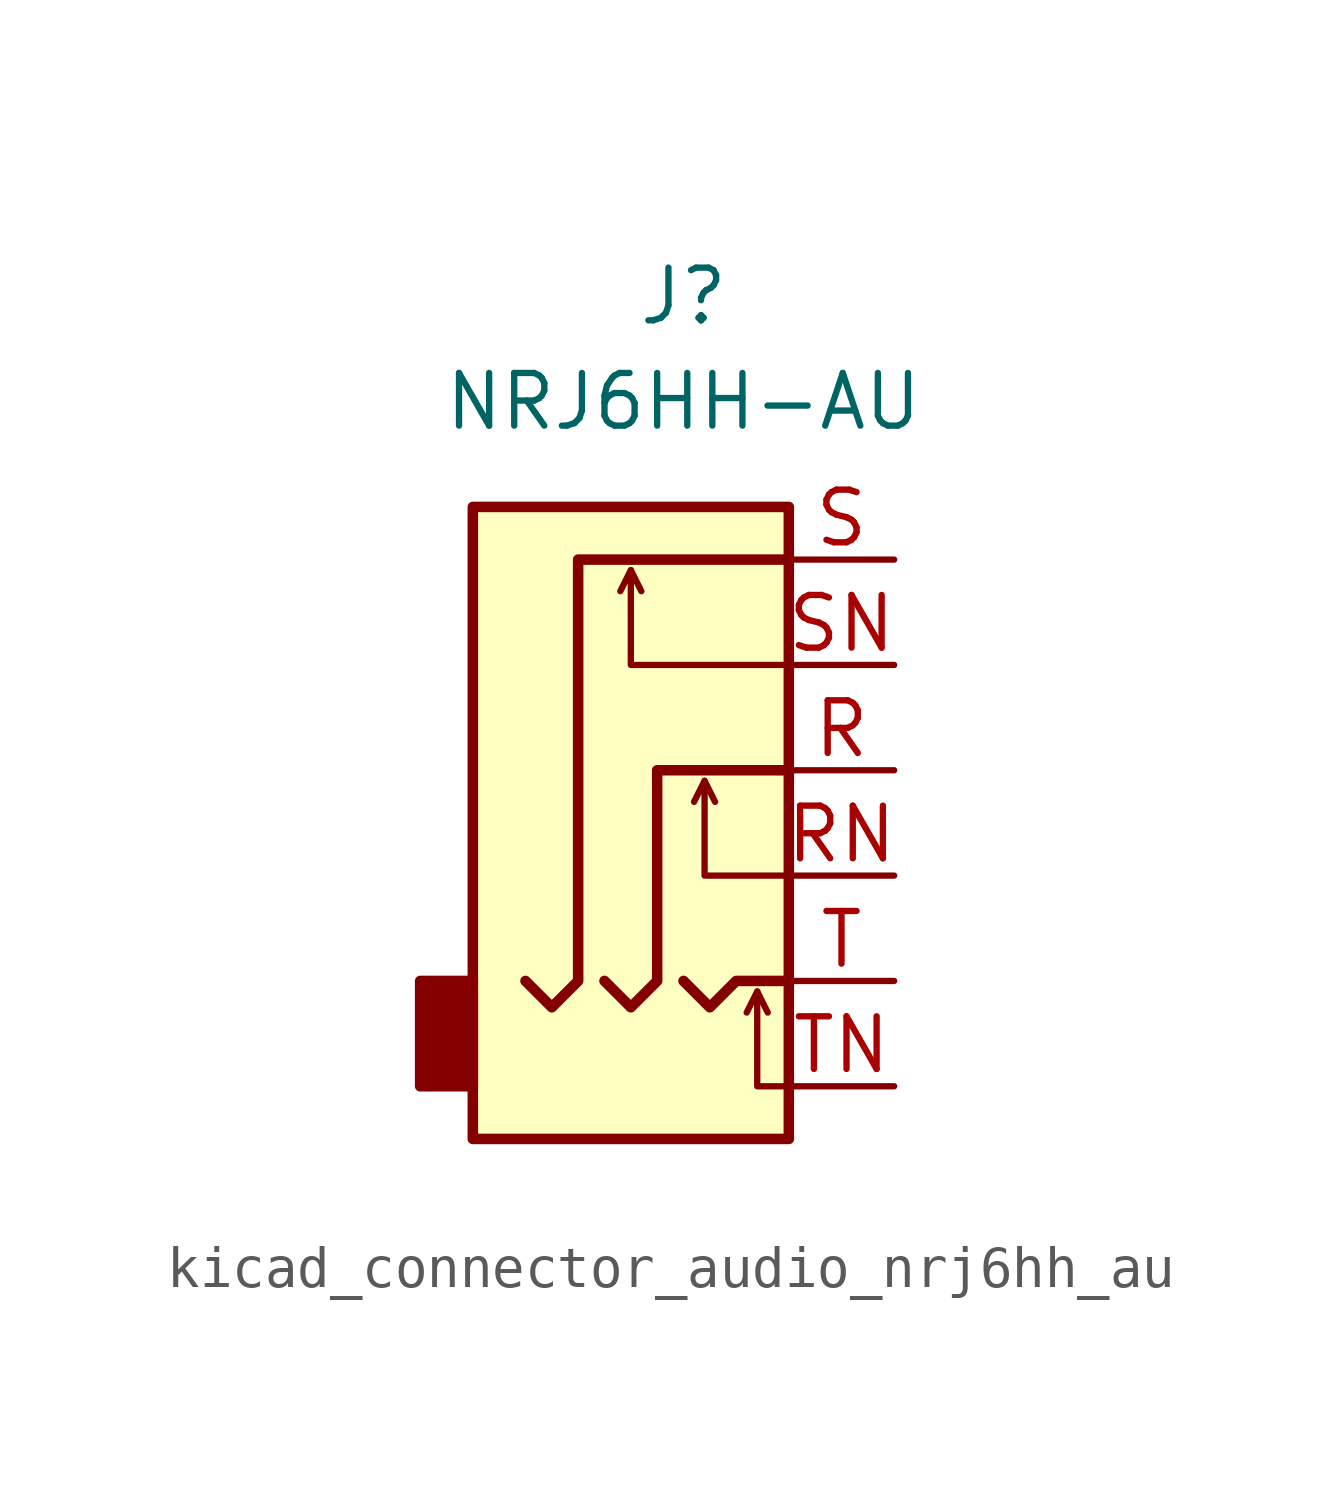
<source format=kicad_sym>
(kicad_symbol_lib
  (version 20220914)
  (generator kicad_symbol_editor)
  (symbol "kicad_connector_audio_nrj6hh_au"
    (property "Reference" "J"
      (at 0 11.43 0)
      (effects (font (size 1.27 1.27))))
    (property "Value" "NRJ6HH-AU"
      (at 0 8.89 0)
      (effects (font (size 1.27 1.27))))
    (symbol "kicad_connector_audio_nrj6hh_au_0_1"
      (rectangle (start -5.08 -5.08) (end -6.35 -7.62) (stroke (width 0.254) (type default)) (fill (type outline)))
      (polyline (pts (xy -1.27 4.826) (xy -1.016 4.318)) (stroke (width 0) (type default)) (fill (type none)))
      (polyline (pts (xy 0.508 -0.254) (xy 0.762 -0.762)) (stroke (width 0) (type default)) (fill (type none)))
      (polyline (pts (xy 1.778 -5.334) (xy 2.032 -5.842)) (stroke (width 0) (type default)) (fill (type none)))
      (polyline (pts (xy 0 -5.08) (xy 0.635 -5.715) (xy 1.27 -5.08) (xy 2.54 -5.08)) (stroke (width 0.254) (type default)) (fill (type none)))
      (polyline (pts (xy 2.54 -7.62) (xy 1.778 -7.62) (xy 1.778 -5.334) (xy 1.524 -5.842)) (stroke (width 0) (type default)) (fill (type none)))
      (polyline (pts (xy 2.54 -2.54) (xy 0.508 -2.54) (xy 0.508 -0.254) (xy 0.254 -0.762)) (stroke (width 0) (type default)) (fill (type none)))
      (polyline (pts (xy 2.54 2.54) (xy -1.27 2.54) (xy -1.27 4.826) (xy -1.524 4.318)) (stroke (width 0) (type default)) (fill (type none)))
      (polyline (pts (xy -1.905 -5.08) (xy -1.27 -5.715) (xy -0.635 -5.08) (xy -0.635 0) (xy 2.54 0)) (stroke (width 0.254) (type default)) (fill (type none)))
      (polyline (pts (xy 2.54 5.08) (xy -2.54 5.08) (xy -2.54 -5.08) (xy -3.175 -5.715) (xy -3.81 -5.08)) (stroke (width 0.254) (type default)) (fill (type none)))
      (rectangle (start 2.54 6.35) (end -5.08 -8.89) (stroke (width 0.254) (type default)) (fill (type background))))
    (symbol "kicad_connector_audio_nrj6hh_au_1_1"
      (pin passive line (at 5.08 0 180) (length 2.54) (name "~" (effects (font (size 1.27 1.27)))) (number "R" (effects (font (size 1.27 1.27)))))
      (pin passive line (at 5.08 -2.54 180) (length 2.54) (name "~" (effects (font (size 1.27 1.27)))) (number "RN" (effects (font (size 1.27 1.27)))))
      (pin passive line (at 5.08 5.08 180) (length 2.54) (name "~" (effects (font (size 1.27 1.27)))) (number "S" (effects (font (size 1.27 1.27)))))
      (pin passive line (at 5.08 2.54 180) (length 2.54) (name "~" (effects (font (size 1.27 1.27)))) (number "SN" (effects (font (size 1.27 1.27)))))
      (pin passive line (at 5.08 -5.08 180) (length 2.54) (name "~" (effects (font (size 1.27 1.27)))) (number "T" (effects (font (size 1.27 1.27)))))
      (pin passive line (at 5.08 -7.62 180) (length 2.54) (name "~" (effects (font (size 1.27 1.27)))) (number "TN" (effects (font (size 1.27 1.27))))))))
</source>
